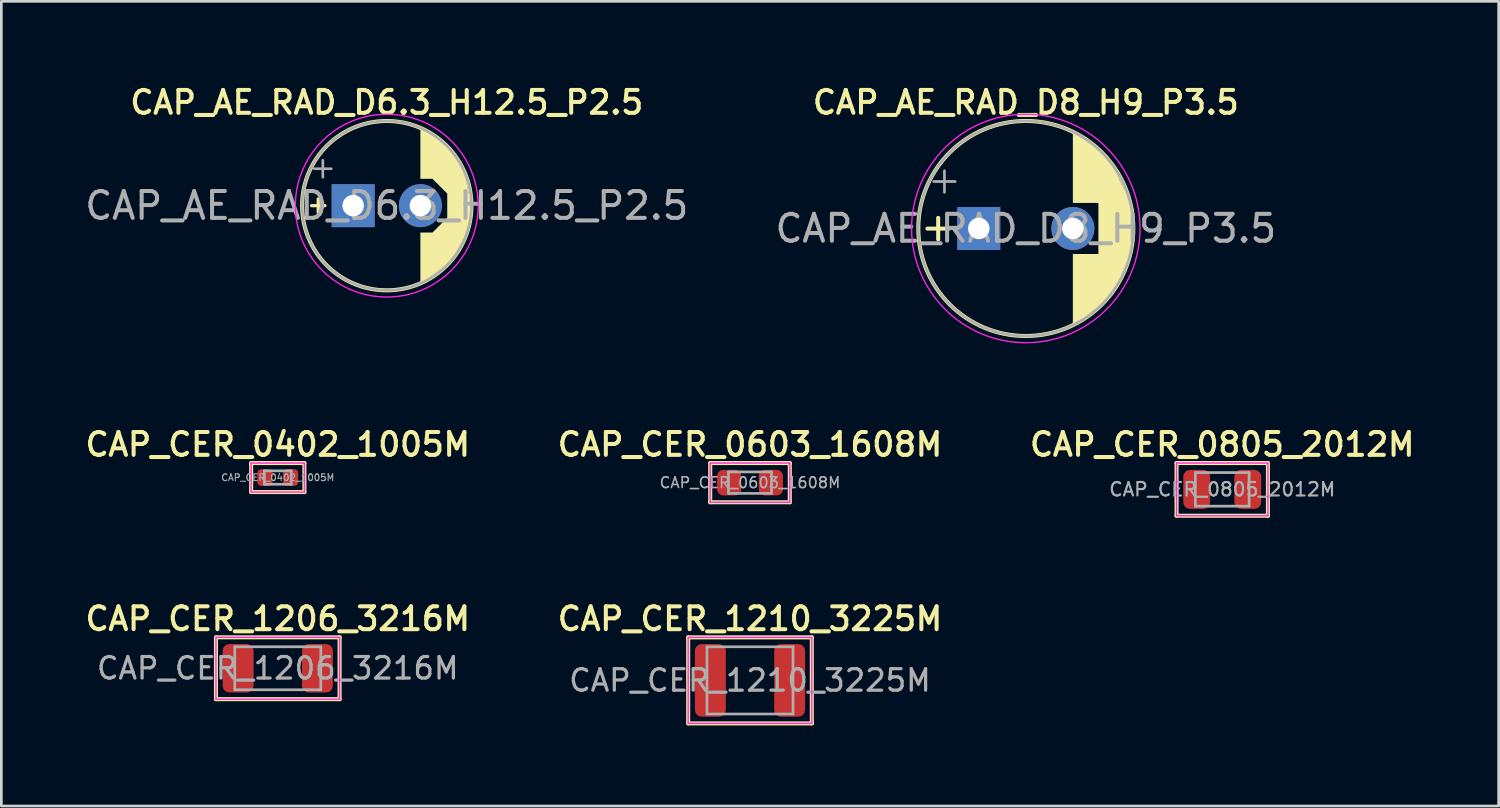
<source format=kicad_pcb>
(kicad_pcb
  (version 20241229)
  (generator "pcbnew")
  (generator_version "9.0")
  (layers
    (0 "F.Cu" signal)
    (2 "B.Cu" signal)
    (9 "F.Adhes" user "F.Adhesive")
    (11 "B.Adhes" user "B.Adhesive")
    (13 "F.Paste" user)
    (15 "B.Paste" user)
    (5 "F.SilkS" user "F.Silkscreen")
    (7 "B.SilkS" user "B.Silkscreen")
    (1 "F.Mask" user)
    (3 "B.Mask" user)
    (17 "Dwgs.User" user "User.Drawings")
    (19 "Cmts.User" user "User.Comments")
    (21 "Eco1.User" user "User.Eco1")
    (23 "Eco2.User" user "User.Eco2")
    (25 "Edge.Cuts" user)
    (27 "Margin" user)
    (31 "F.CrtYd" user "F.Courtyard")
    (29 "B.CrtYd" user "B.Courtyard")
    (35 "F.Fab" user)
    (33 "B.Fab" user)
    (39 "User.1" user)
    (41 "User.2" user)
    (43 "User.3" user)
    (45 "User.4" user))
  (footprint "CAP_CER_0603_1608M"
    (layer "F.Cu")
    (at 24.852 14.906)
    (property "Reference" "CAP_CER_0603_1608M" (at 0 -1.42 0) (layer "F.SilkS") (effects (font (size 0.85 0.85) (thickness 0.15))))
    (attr smd)
    (fp_line (start -1.48 -0.73) (end 1.48 -0.73) (stroke (width 0.15) (type solid)) (layer "F.SilkS"))
    (fp_line (start -1.48 0.73) (end -1.48 -0.73) (stroke (width 0.15) (type solid)) (layer "F.SilkS"))
    (fp_line (start 1.48 -0.73) (end 1.48 0.73) (stroke (width 0.15) (type solid)) (layer "F.SilkS"))
    (fp_line (start 1.48 0.73) (end -1.48 0.73) (stroke (width 0.15) (type solid)) (layer "F.SilkS"))
    (fp_line (start -1.48 -0.73) (end 1.48 -0.73) (stroke (width 0.05) (type solid)) (layer "F.CrtYd"))
    (fp_line (start -1.48 0.73) (end -1.48 -0.73) (stroke (width 0.05) (type solid)) (layer "F.CrtYd"))
    (fp_line (start 1.48 -0.73) (end 1.48 0.73) (stroke (width 0.05) (type solid)) (layer "F.CrtYd"))
    (fp_line (start 1.48 0.73) (end -1.48 0.73) (stroke (width 0.05) (type solid)) (layer "F.CrtYd"))
    (fp_line (start -0.8 -0.4) (end 0.8 -0.4) (stroke (width 0.1) (type solid)) (layer "F.Fab"))
    (fp_line (start -0.8 0.4) (end -0.8 -0.4) (stroke (width 0.1) (type solid)) (layer "F.Fab"))
    (fp_line (start 0.8 -0.4) (end 0.8 0.4) (stroke (width 0.1) (type solid)) (layer "F.Fab"))
    (fp_line (start 0.8 0.4) (end -0.8 0.4) (stroke (width 0.1) (type solid)) (layer "F.Fab"))
    (fp_text user "${REFERENCE}" (at 0 0 0) (layer "F.Fab") (effects (font (size 0.4 0.4) (thickness 0.06))))
    (pad "1" smd roundrect (at -0.775 0) (size 0.9 0.95) (layers "F.Cu" "F.Mask" "F.Paste") (roundrect_rratio 0.25))
    (pad "2" smd roundrect (at 0.775 0) (size 0.9 0.95) (layers "F.Cu" "F.Mask" "F.Paste") (roundrect_rratio 0.25)))
  (footprint "CAP_CER_0805_2012M"
    (layer "F.Cu")
    (at 42.42 15.156)
    (property "Reference" "CAP_CER_0805_2012M" (at 0 -1.67 0) (layer "F.SilkS") (effects (font (size 0.85 0.85) (thickness 0.15))))
    (attr smd)
    (fp_line (start -1.7 -0.98) (end 1.7 -0.98) (stroke (width 0.15) (type solid)) (layer "F.SilkS"))
    (fp_line (start -1.7 0.98) (end -1.7 -0.98) (stroke (width 0.15) (type solid)) (layer "F.SilkS"))
    (fp_line (start 1.7 -0.98) (end 1.7 0.98) (stroke (width 0.15) (type solid)) (layer "F.SilkS"))
    (fp_line (start 1.7 0.98) (end -1.7 0.98) (stroke (width 0.15) (type solid)) (layer "F.SilkS"))
    (fp_line (start -1.7 -0.98) (end 1.7 -0.98) (stroke (width 0.05) (type solid)) (layer "F.CrtYd"))
    (fp_line (start -1.7 0.98) (end -1.7 -0.98) (stroke (width 0.05) (type solid)) (layer "F.CrtYd"))
    (fp_line (start 1.7 -0.98) (end 1.7 0.98) (stroke (width 0.05) (type solid)) (layer "F.CrtYd"))
    (fp_line (start 1.7 0.98) (end -1.7 0.98) (stroke (width 0.05) (type solid)) (layer "F.CrtYd"))
    (fp_line (start -1 -0.625) (end 1 -0.625) (stroke (width 0.1) (type solid)) (layer "F.Fab"))
    (fp_line (start -1 0.625) (end -1 -0.625) (stroke (width 0.1) (type solid)) (layer "F.Fab"))
    (fp_line (start 1 -0.625) (end 1 0.625) (stroke (width 0.1) (type solid)) (layer "F.Fab"))
    (fp_line (start 1 0.625) (end -1 0.625) (stroke (width 0.1) (type solid)) (layer "F.Fab"))
    (fp_text user "${REFERENCE}" (at 0 0 0) (layer "F.Fab") (effects (font (size 0.5 0.5) (thickness 0.08))))
    (pad "1" smd roundrect (at -0.95 0) (size 1 1.45) (layers "F.Cu" "F.Mask" "F.Paste") (roundrect_rratio 0.25))
    (pad "2" smd roundrect (at 0.95 0) (size 1 1.45) (layers "F.Cu" "F.Mask" "F.Paste") (roundrect_rratio 0.25)))
  (footprint "CAP_CER_1206_3216M"
    (layer "F.Cu")
    (at 7.284 21.811)
    (property "Reference" "CAP_CER_1206_3216M" (at 0 -1.84 0) (layer "F.SilkS") (effects (font (size 0.85 0.85) (thickness 0.15))))
    (attr smd)
    (fp_line (start -2.3 -1.15) (end 2.3 -1.15) (stroke (width 0.15) (type solid)) (layer "F.SilkS"))
    (fp_line (start -2.3 1.15) (end -2.3 -1.15) (stroke (width 0.15) (type solid)) (layer "F.SilkS"))
    (fp_line (start 2.3 -1.15) (end 2.3 1.15) (stroke (width 0.15) (type solid)) (layer "F.SilkS"))
    (fp_line (start 2.3 1.15) (end -2.3 1.15) (stroke (width 0.15) (type solid)) (layer "F.SilkS"))
    (fp_line (start -2.3 -1.15) (end 2.3 -1.15) (stroke (width 0.05) (type solid)) (layer "F.CrtYd"))
    (fp_line (start -2.3 1.15) (end -2.3 -1.15) (stroke (width 0.05) (type solid)) (layer "F.CrtYd"))
    (fp_line (start 2.3 -1.15) (end 2.3 1.15) (stroke (width 0.05) (type solid)) (layer "F.CrtYd"))
    (fp_line (start 2.3 1.15) (end -2.3 1.15) (stroke (width 0.05) (type solid)) (layer "F.CrtYd"))
    (fp_line (start -1.6 -0.8) (end 1.6 -0.8) (stroke (width 0.1) (type solid)) (layer "F.Fab"))
    (fp_line (start -1.6 0.8) (end -1.6 -0.8) (stroke (width 0.1) (type solid)) (layer "F.Fab"))
    (fp_line (start 1.6 -0.8) (end 1.6 0.8) (stroke (width 0.1) (type solid)) (layer "F.Fab"))
    (fp_line (start 1.6 0.8) (end -1.6 0.8) (stroke (width 0.1) (type solid)) (layer "F.Fab"))
    (fp_text user "${REFERENCE}" (at 0 0 0) (layer "F.Fab") (effects (font (size 0.8 0.8) (thickness 0.12))))
    (pad "1" smd roundrect (at -1.475 0) (size 1.15 1.8) (layers "F.Cu" "F.Mask" "F.Paste") (roundrect_rratio 0.217))
    (pad "2" smd roundrect (at 1.475 0) (size 1.15 1.8) (layers "F.Cu" "F.Mask" "F.Paste") (roundrect_rratio 0.217)))
  (footprint "CAP_AE_RAD_D8_H9_P3.5"
    (layer "F.Cu")
    (at 35.113 5.45)
    (property "Reference" "CAP_AE_RAD_D8_H9_P3.5" (at 0 -4.69 0) (layer "F.SilkS") (effects (font (size 0.85 0.85) (thickness 0.15))))
    (attr through_hole)
    (fp_line (start -3.66 0.005) (end -2.86 0.005) (stroke (width 0.15) (type solid)) (layer "F.SilkS"))
    (fp_line (start -3.26 -0.395) (end -3.26 0.405) (stroke (width 0.15) (type solid)) (layer "F.SilkS"))
    (fp_circle (center 0 0) (end 4 0) (stroke (width 0.15) (type solid)) (fill no) (layer "F.SilkS"))
    (fp_poly (pts (xy 3.05 -2.7) (xy 4 -0.75) (xy 4 0.65) (xy 3.25 2.45) (xy 1.75 3.65) (xy 1.75 0.95) (xy 2.7 0.95) (xy 2.7 -0.95) (xy 1.75 -0.95) (xy 1.75 -3.65)) (stroke (width 0) (type solid)) (fill yes) (layer "F.SilkS"))
    (fp_circle (center 0 0) (end 4.25 0) (stroke (width 0.05) (type solid)) (fill no) (layer "F.CrtYd"))
    (fp_line (start -3.427 -1.748) (end -2.627 -1.748) (stroke (width 0.1) (type solid)) (layer "F.Fab"))
    (fp_line (start -3.027 -2.147) (end -3.027 -1.347) (stroke (width 0.1) (type solid)) (layer "F.Fab"))
    (fp_circle (center 0 0) (end 4 0) (stroke (width 0.1) (type solid)) (fill no) (layer "F.Fab"))
    (fp_text user "${REFERENCE}" (at 0 0 0) (layer "F.Fab") (effects (font (size 1 1) (thickness 0.15))))
    (pad "1" thru_hole rect (at -1.75 0) (size 1.6 1.6) (drill 0.8) (layers "*.Cu" "*.Mask"))
    (pad "2" thru_hole circle (at 1.75 0) (size 1.6 1.6) (drill 0.8) (layers "*.Cu" "*.Mask")))
  (footprint "CAP_AE_RAD_D6.3_H12.5_P2.5"
    (layer "F.Cu")
    (at 11.339 4.601)
    (property "Reference" "CAP_AE_RAD_D6.3_H12.5_P2.5" (at 0 -3.84 0) (layer "F.SilkS") (effects (font (size 0.85 0.85) (thickness 0.15))))
    (attr through_hole)
    (fp_line (start -2.55 -0.25) (end -2.55 0.25) (stroke (width 0.12) (type solid)) (layer "F.SilkS"))
    (fp_line (start -2.3 0) (end -2.8 0) (stroke (width 0.12) (type solid)) (layer "F.SilkS"))
    (fp_circle (center 0 0) (end 3.15 0) (stroke (width 0.15) (type solid)) (fill no) (layer "F.SilkS"))
    (fp_poly (pts (xy 1.95 -2.5) (xy 2.85 -1.4) (xy 3.15 0) (xy 3.05 0.9) (xy 2.35 2.1) (xy 1.25 2.9) (xy 1.25 1) (xy 1.7 1) (xy 2.25 0.45) (xy 2.25 -0.45) (xy 1.7 -1) (xy 1.25 -1) (xy 1.25 -2.9)) (stroke (width 0) (type solid)) (fill yes) (layer "F.SilkS"))
    (fp_circle (center 0 0) (end 3.4 0) (stroke (width 0.05) (type solid)) (fill no) (layer "F.CrtYd"))
    (fp_line (start -2.694 -1.373) (end -2.064 -1.373) (stroke (width 0.1) (type solid)) (layer "F.Fab"))
    (fp_line (start -2.379 -1.688) (end -2.379 -1.058) (stroke (width 0.1) (type solid)) (layer "F.Fab"))
    (fp_circle (center 0 0) (end 3.15 0) (stroke (width 0.1) (type solid)) (fill no) (layer "F.Fab"))
    (fp_text user "${REFERENCE}" (at 0 0 0) (layer "F.Fab") (effects (font (size 1 1) (thickness 0.15))))
    (pad "1" thru_hole rect (at -1.25 0) (size 1.6 1.6) (drill 0.8) (layers "*.Cu" "*.Mask"))
    (pad "2" thru_hole circle (at 1.25 0) (size 1.6 1.6) (drill 0.8) (layers "*.Cu" "*.Mask")))
  (footprint "CAP_CER_1210_3225M"
    (layer "F.Cu")
    (at 24.852 22.262)
    (property "Reference" "CAP_CER_1210_3225M" (at 0 -2.29 0) (layer "F.SilkS") (effects (font (size 0.85 0.85) (thickness 0.15))))
    (attr smd)
    (fp_line (start -2.3 -1.6) (end 2.3 -1.6) (stroke (width 0.15) (type solid)) (layer "F.SilkS"))
    (fp_line (start -2.3 1.6) (end -2.3 -1.6) (stroke (width 0.15) (type solid)) (layer "F.SilkS"))
    (fp_line (start 2.3 -1.6) (end 2.3 1.6) (stroke (width 0.15) (type solid)) (layer "F.SilkS"))
    (fp_line (start 2.3 1.6) (end -2.3 1.6) (stroke (width 0.15) (type solid)) (layer "F.SilkS"))
    (fp_line (start -2.3 -1.6) (end 2.3 -1.6) (stroke (width 0.05) (type solid)) (layer "F.CrtYd"))
    (fp_line (start -2.3 1.6) (end -2.3 -1.6) (stroke (width 0.05) (type solid)) (layer "F.CrtYd"))
    (fp_line (start 2.3 -1.6) (end 2.3 1.6) (stroke (width 0.05) (type solid)) (layer "F.CrtYd"))
    (fp_line (start 2.3 1.6) (end -2.3 1.6) (stroke (width 0.05) (type solid)) (layer "F.CrtYd"))
    (fp_line (start -1.6 -1.25) (end 1.6 -1.25) (stroke (width 0.1) (type solid)) (layer "F.Fab"))
    (fp_line (start -1.6 1.25) (end -1.6 -1.25) (stroke (width 0.1) (type solid)) (layer "F.Fab"))
    (fp_line (start 1.6 -1.25) (end 1.6 1.25) (stroke (width 0.1) (type solid)) (layer "F.Fab"))
    (fp_line (start 1.6 1.25) (end -1.6 1.25) (stroke (width 0.1) (type solid)) (layer "F.Fab"))
    (fp_text user "${REFERENCE}" (at 0 0 0) (layer "F.Fab") (effects (font (size 0.8 0.8) (thickness 0.12))))
    (pad "1" smd roundrect (at -1.475 0) (size 1.15 2.7) (layers "F.Cu" "F.Mask" "F.Paste") (roundrect_rratio 0.217))
    (pad "2" smd roundrect (at 1.475 0) (size 1.15 2.7) (layers "F.Cu" "F.Mask" "F.Paste") (roundrect_rratio 0.217)))
  (footprint "CAP_CER_0402_1005M"
    (layer "F.Cu")
    (at 7.284 14.716)
    (property "Reference" "CAP_CER_0402_1005M" (at 0 -1.23 0) (layer "F.SilkS") (effects (font (size 0.85 0.85) (thickness 0.15))))
    (attr smd)
    (fp_line (start -0.99 -0.54) (end 0.99 -0.54) (stroke (width 0.15) (type solid)) (layer "F.SilkS"))
    (fp_line (start -0.99 0.54) (end -0.99 -0.54) (stroke (width 0.15) (type solid)) (layer "F.SilkS"))
    (fp_line (start 0.99 -0.54) (end 0.99 0.54) (stroke (width 0.15) (type solid)) (layer "F.SilkS"))
    (fp_line (start 0.99 0.54) (end -0.99 0.54) (stroke (width 0.15) (type solid)) (layer "F.SilkS"))
    (fp_line (start -0.99 -0.54) (end 0.99 -0.54) (stroke (width 0.05) (type solid)) (layer "F.CrtYd"))
    (fp_line (start -0.99 0.54) (end -0.99 -0.54) (stroke (width 0.05) (type solid)) (layer "F.CrtYd"))
    (fp_line (start 0.99 -0.54) (end 0.99 0.54) (stroke (width 0.05) (type solid)) (layer "F.CrtYd"))
    (fp_line (start 0.99 0.54) (end -0.99 0.54) (stroke (width 0.05) (type solid)) (layer "F.CrtYd"))
    (fp_line (start -0.5 -0.25) (end 0.5 -0.25) (stroke (width 0.1) (type solid)) (layer "F.Fab"))
    (fp_line (start -0.5 0.25) (end -0.5 -0.25) (stroke (width 0.1) (type solid)) (layer "F.Fab"))
    (fp_line (start 0.5 -0.25) (end 0.5 0.25) (stroke (width 0.1) (type solid)) (layer "F.Fab"))
    (fp_line (start 0.5 0.25) (end -0.5 0.25) (stroke (width 0.1) (type solid)) (layer "F.Fab"))
    (fp_text user "${REFERENCE}" (at 0 0 0) (layer "F.Fab") (effects (font (size 0.25 0.25) (thickness 0.04))))
    (pad "1" smd roundrect (at -0.48 0) (size 0.56 0.62) (layers "F.Cu" "F.Mask" "F.Paste") (roundrect_rratio 0.25))
    (pad "2" smd roundrect (at 0.48 0) (size 0.56 0.62) (layers "F.Cu" "F.Mask" "F.Paste") (roundrect_rratio 0.25)))
  (gr_rect
    (start -3 -3)
    (end 52.704 26.936)
    (stroke (width 0.1) (type default))
    (fill no)
    (layer "Edge.Cuts")))
</source>
